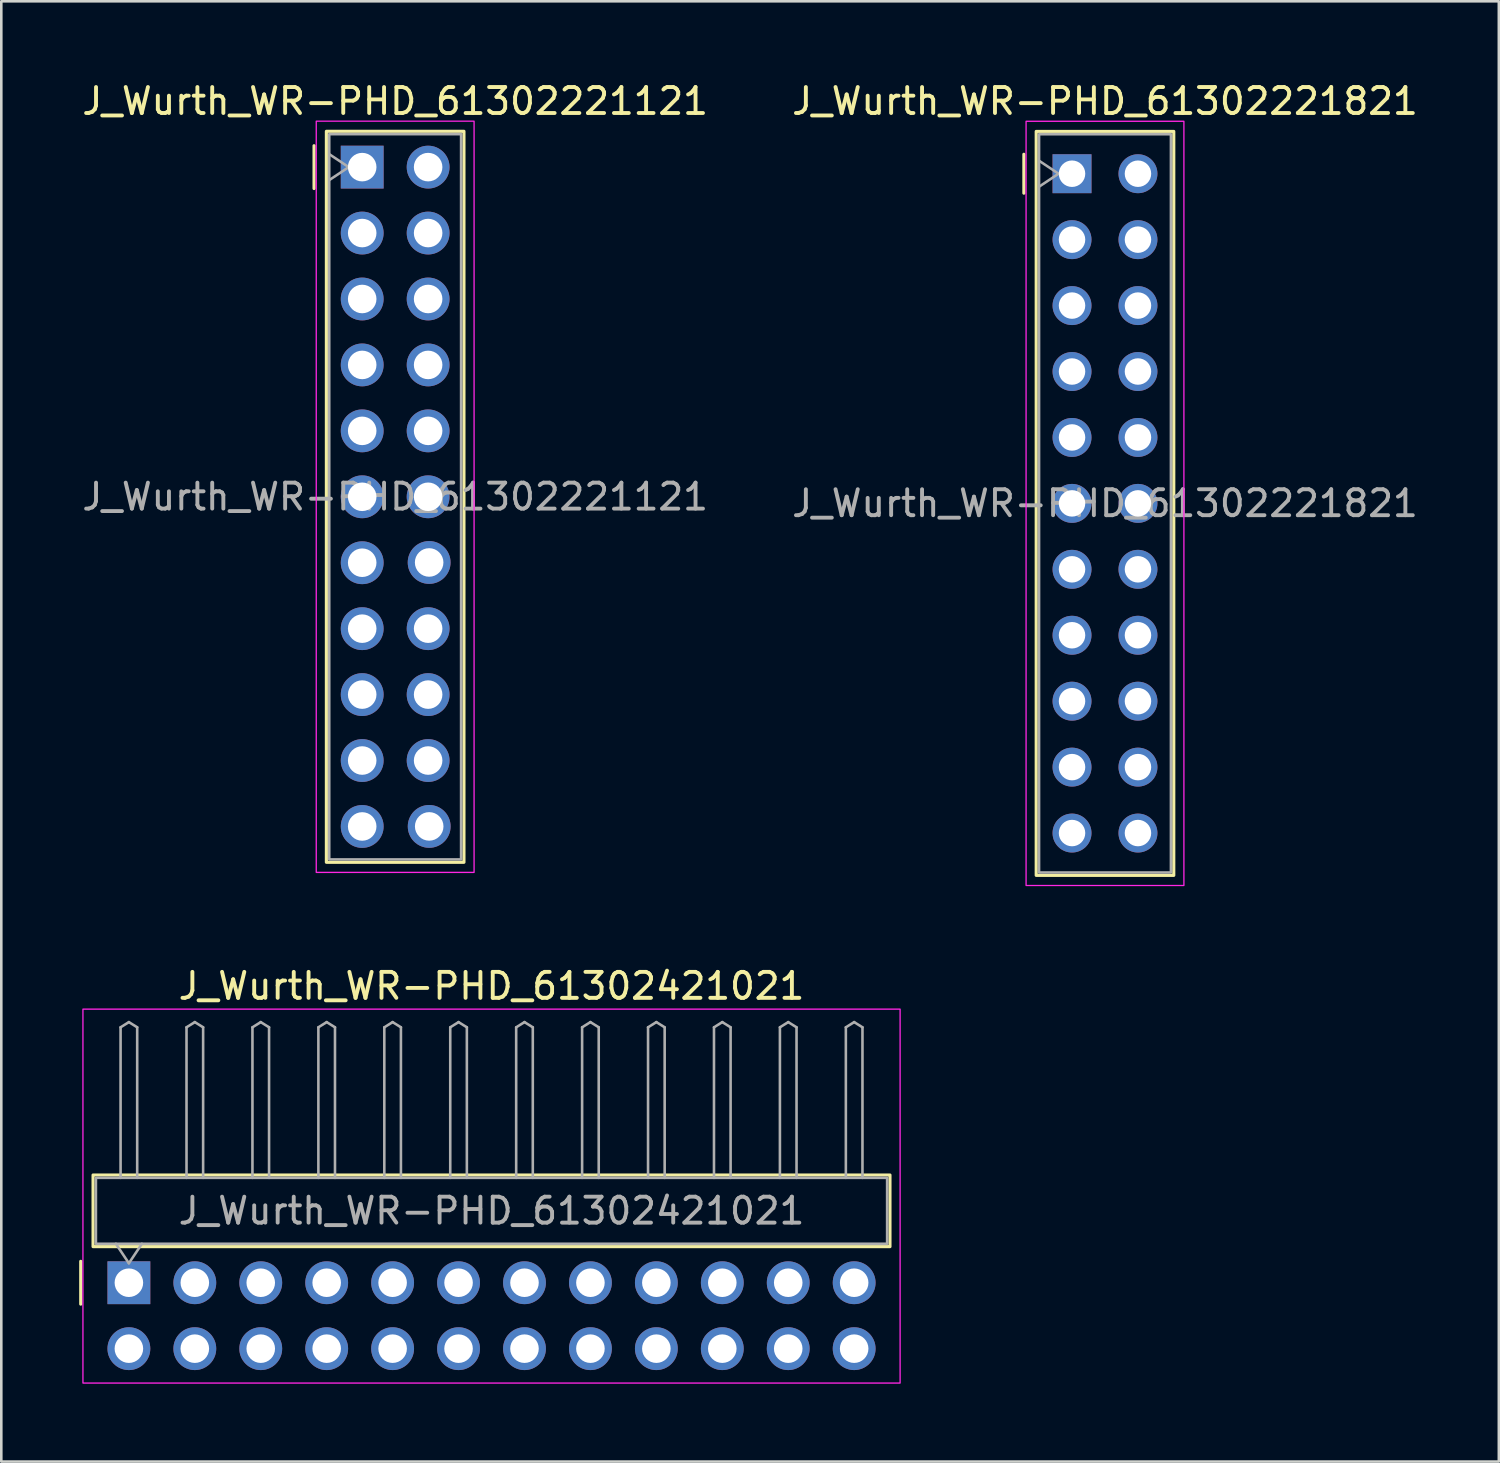
<source format=kicad_pcb>
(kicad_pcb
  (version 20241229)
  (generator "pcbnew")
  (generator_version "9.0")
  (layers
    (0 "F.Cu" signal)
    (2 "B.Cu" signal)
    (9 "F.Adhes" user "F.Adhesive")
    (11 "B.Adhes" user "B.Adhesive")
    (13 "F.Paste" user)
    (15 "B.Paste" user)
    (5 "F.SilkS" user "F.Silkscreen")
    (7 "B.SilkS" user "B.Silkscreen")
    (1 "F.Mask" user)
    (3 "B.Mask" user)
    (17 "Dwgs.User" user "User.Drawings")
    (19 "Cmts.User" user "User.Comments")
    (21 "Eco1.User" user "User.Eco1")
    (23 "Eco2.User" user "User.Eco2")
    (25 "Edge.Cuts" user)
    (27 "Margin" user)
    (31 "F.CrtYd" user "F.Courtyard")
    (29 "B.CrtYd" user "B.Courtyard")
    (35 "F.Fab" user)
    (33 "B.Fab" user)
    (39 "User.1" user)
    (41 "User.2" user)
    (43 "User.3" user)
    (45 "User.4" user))
  (footprint "J_Wurth_WR-PHD_61302421021"
    (layer "F.Cu")
    (at 1.915 46.365)
    (property "Reference" "J_Wurth_WR-PHD_61302421021" (at 13.97 -11.43 0) (unlocked yes) (layer "F.SilkS") (effects (font (size 1 1) (thickness 0.15))))
    (attr through_hole)
    (fp_line (start -1.855 -0.825) (end -1.855 0.825) (stroke (width 0.12) (type solid)) (layer "F.SilkS"))
    (fp_rect (start -1.38 -4.15) (end 29.32 -1.39) (stroke (width 0.12) (type solid)) (fill no) (layer "F.SilkS"))
    (fp_rect (start -1.77 -10.54) (end 29.71 3.865) (stroke (width 0.05) (type solid)) (fill no) (layer "F.CrtYd"))
    (fp_line (start -0.32 -9.84) (end -0.32 -4.04) (stroke (width 0.1) (type solid)) (layer "F.Fab"))
    (fp_line (start 0 -10.04) (end -0.32 -9.84) (stroke (width 0.1) (type solid)) (layer "F.Fab"))
    (fp_line (start 0 -0.75) (end -0.5 -1.5) (stroke (width 0.1) (type solid)) (layer "F.Fab"))
    (fp_line (start 0 -0.75) (end 0.5 -1.5) (stroke (width 0.1) (type solid)) (layer "F.Fab"))
    (fp_line (start 0.32 -9.84) (end 0 -10.04) (stroke (width 0.1) (type default)) (layer "F.Fab"))
    (fp_line (start 0.32 -4.04) (end 0.32 -9.84) (stroke (width 0.1) (type solid)) (layer "F.Fab"))
    (fp_line (start 2.22 -9.84) (end 2.22 -4.04) (stroke (width 0.1) (type solid)) (layer "F.Fab"))
    (fp_line (start 2.54 -10.04) (end 2.22 -9.84) (stroke (width 0.1) (type solid)) (layer "F.Fab"))
    (fp_line (start 2.86 -9.84) (end 2.54 -10.04) (stroke (width 0.1) (type default)) (layer "F.Fab"))
    (fp_line (start 2.86 -4.04) (end 2.86 -9.84) (stroke (width 0.1) (type solid)) (layer "F.Fab"))
    (fp_line (start 4.76 -9.84) (end 4.76 -4.04) (stroke (width 0.1) (type solid)) (layer "F.Fab"))
    (fp_line (start 5.08 -10.04) (end 4.76 -9.84) (stroke (width 0.1) (type solid)) (layer "F.Fab"))
    (fp_line (start 5.4 -9.84) (end 5.08 -10.04) (stroke (width 0.1) (type default)) (layer "F.Fab"))
    (fp_line (start 5.4 -4.04) (end 5.4 -9.84) (stroke (width 0.1) (type solid)) (layer "F.Fab"))
    (fp_line (start 7.3 -9.84) (end 7.3 -4.04) (stroke (width 0.1) (type solid)) (layer "F.Fab"))
    (fp_line (start 7.62 -10.04) (end 7.3 -9.84) (stroke (width 0.1) (type solid)) (layer "F.Fab"))
    (fp_line (start 7.94 -9.84) (end 7.62 -10.04) (stroke (width 0.1) (type default)) (layer "F.Fab"))
    (fp_line (start 7.94 -4.04) (end 7.94 -9.84) (stroke (width 0.1) (type solid)) (layer "F.Fab"))
    (fp_line (start 9.84 -9.84) (end 9.84 -4.04) (stroke (width 0.1) (type solid)) (layer "F.Fab"))
    (fp_line (start 10.16 -10.04) (end 9.84 -9.84) (stroke (width 0.1) (type solid)) (layer "F.Fab"))
    (fp_line (start 10.48 -9.84) (end 10.16 -10.04) (stroke (width 0.1) (type solid)) (layer "F.Fab"))
    (fp_line (start 10.48 -4.04) (end 10.48 -9.84) (stroke (width 0.1) (type solid)) (layer "F.Fab"))
    (fp_line (start 12.38 -9.84) (end 12.38 -4.04) (stroke (width 0.1) (type solid)) (layer "F.Fab"))
    (fp_line (start 12.7 -10.04) (end 12.38 -9.84) (stroke (width 0.1) (type solid)) (layer "F.Fab"))
    (fp_line (start 13.02 -9.84) (end 12.7 -10.04) (stroke (width 0.1) (type solid)) (layer "F.Fab"))
    (fp_line (start 13.02 -4.04) (end 13.02 -9.84) (stroke (width 0.1) (type solid)) (layer "F.Fab"))
    (fp_line (start 14.92 -9.84) (end 14.92 -4.04) (stroke (width 0.1) (type solid)) (layer "F.Fab"))
    (fp_line (start 15.24 -10.04) (end 14.92 -9.84) (stroke (width 0.1) (type solid)) (layer "F.Fab"))
    (fp_line (start 15.56 -9.84) (end 15.24 -10.04) (stroke (width 0.1) (type solid)) (layer "F.Fab"))
    (fp_line (start 15.56 -4.04) (end 15.56 -9.84) (stroke (width 0.1) (type solid)) (layer "F.Fab"))
    (fp_line (start 17.46 -9.84) (end 17.46 -4.04) (stroke (width 0.1) (type solid)) (layer "F.Fab"))
    (fp_line (start 17.78 -10.04) (end 17.46 -9.84) (stroke (width 0.1) (type solid)) (layer "F.Fab"))
    (fp_line (start 17.78 -10.04) (end 18.1 -9.84) (stroke (width 0.1) (type solid)) (layer "F.Fab"))
    (fp_line (start 18.1 -4.04) (end 18.1 -9.84) (stroke (width 0.1) (type solid)) (layer "F.Fab"))
    (fp_line (start 20 -9.84) (end 20 -4.04) (stroke (width 0.1) (type solid)) (layer "F.Fab"))
    (fp_line (start 20.32 -10.04) (end 20 -9.84) (stroke (width 0.1) (type solid)) (layer "F.Fab"))
    (fp_line (start 20.32 -10.04) (end 20.64 -9.84) (stroke (width 0.1) (type solid)) (layer "F.Fab"))
    (fp_line (start 20.64 -4.04) (end 20.64 -9.84) (stroke (width 0.1) (type solid)) (layer "F.Fab"))
    (fp_line (start 22.54 -9.84) (end 22.54 -4.04) (stroke (width 0.1) (type solid)) (layer "F.Fab"))
    (fp_line (start 22.86 -10.04) (end 22.54 -9.84) (stroke (width 0.1) (type solid)) (layer "F.Fab"))
    (fp_line (start 22.86 -10.04) (end 23.18 -9.84) (stroke (width 0.1) (type solid)) (layer "F.Fab"))
    (fp_line (start 23.18 -4.04) (end 23.18 -9.84) (stroke (width 0.1) (type solid)) (layer "F.Fab"))
    (fp_line (start 25.08 -9.84) (end 25.08 -4.04) (stroke (width 0.1) (type solid)) (layer "F.Fab"))
    (fp_line (start 25.4 -10.04) (end 25.08 -9.84) (stroke (width 0.1) (type solid)) (layer "F.Fab"))
    (fp_line (start 25.4 -10.04) (end 25.72 -9.84) (stroke (width 0.1) (type solid)) (layer "F.Fab"))
    (fp_line (start 25.72 -4.04) (end 25.72 -9.84) (stroke (width 0.1) (type solid)) (layer "F.Fab"))
    (fp_line (start 27.62 -9.84) (end 27.62 -4.04) (stroke (width 0.1) (type solid)) (layer "F.Fab"))
    (fp_line (start 27.94 -10.04) (end 27.62 -9.84) (stroke (width 0.1) (type solid)) (layer "F.Fab"))
    (fp_line (start 27.94 -10.04) (end 28.26 -9.84) (stroke (width 0.1) (type solid)) (layer "F.Fab"))
    (fp_line (start 28.26 -4.04) (end 28.26 -9.84) (stroke (width 0.1) (type solid)) (layer "F.Fab"))
    (fp_rect (start -1.27 -4.04) (end 29.21 -1.5) (stroke (width 0.1) (type solid)) (fill no) (layer "F.Fab"))
    (fp_text user "${REFERENCE}" (at 13.97 -2.77 0) (unlocked yes) (layer "F.Fab") (effects (font (size 1 1) (thickness 0.15))))
    (pad "1" thru_hole rect (at 0 0 180) (size 1.65 1.65) (drill 1.1) (layers "*.Cu" "*.Mask"))
    (pad "2" thru_hole circle (at 0 2.54 180) (size 1.65 1.65) (drill 1.1) (layers "*.Cu" "*.Mask"))
    (pad "3" thru_hole circle (at 2.54 0 180) (size 1.65 1.65) (drill 1.1) (layers "*.Cu" "*.Mask"))
    (pad "4" thru_hole circle (at 2.54 2.54 180) (size 1.65 1.65) (drill 1.1) (layers "*.Cu" "*.Mask"))
    (pad "5" thru_hole circle (at 5.08 0 180) (size 1.65 1.65) (drill 1.1) (layers "*.Cu" "*.Mask"))
    (pad "6" thru_hole circle (at 5.08 2.54 180) (size 1.65 1.65) (drill 1.1) (layers "*.Cu" "*.Mask"))
    (pad "7" thru_hole circle (at 7.62 0 180) (size 1.65 1.65) (drill 1.1) (layers "*.Cu" "*.Mask"))
    (pad "8" thru_hole circle (at 7.62 2.54 180) (size 1.65 1.65) (drill 1.1) (layers "*.Cu" "*.Mask"))
    (pad "9" thru_hole circle (at 10.16 0 180) (size 1.65 1.65) (drill 1.1) (layers "*.Cu" "*.Mask"))
    (pad "10" thru_hole circle (at 10.16 2.54 180) (size 1.65 1.65) (drill 1.1) (layers "*.Cu" "*.Mask"))
    (pad "11" thru_hole circle (at 12.7 0 180) (size 1.65 1.65) (drill 1.1) (layers "*.Cu" "*.Mask"))
    (pad "12" thru_hole circle (at 12.7 2.54 180) (size 1.65 1.65) (drill 1.1) (layers "*.Cu" "*.Mask"))
    (pad "13" thru_hole circle (at 15.24 0 180) (size 1.65 1.65) (drill 1.1) (layers "*.Cu" "*.Mask"))
    (pad "14" thru_hole circle (at 15.24 2.54 180) (size 1.65 1.65) (drill 1.1) (layers "*.Cu" "*.Mask"))
    (pad "15" thru_hole circle (at 17.78 0 180) (size 1.65 1.65) (drill 1.1) (layers "*.Cu" "*.Mask"))
    (pad "16" thru_hole circle (at 17.78 2.54 180) (size 1.65 1.65) (drill 1.1) (layers "*.Cu" "*.Mask"))
    (pad "17" thru_hole circle (at 20.32 0 180) (size 1.65 1.65) (drill 1.1) (layers "*.Cu" "*.Mask"))
    (pad "18" thru_hole circle (at 20.32 2.54 180) (size 1.65 1.65) (drill 1.1) (layers "*.Cu" "*.Mask"))
    (pad "19" thru_hole circle (at 22.86 0 180) (size 1.65 1.65) (drill 1.1) (layers "*.Cu" "*.Mask"))
    (pad "20" thru_hole circle (at 22.86 2.54 180) (size 1.65 1.65) (drill 1.1) (layers "*.Cu" "*.Mask"))
    (pad "21" thru_hole circle (at 25.4 0 180) (size 1.65 1.65) (drill 1.1) (layers "*.Cu" "*.Mask"))
    (pad "22" thru_hole circle (at 25.4 2.54 180) (size 1.65 1.65) (drill 1.1) (layers "*.Cu" "*.Mask"))
    (pad "23" thru_hole circle (at 27.94 0 180) (size 1.65 1.65) (drill 1.1) (layers "*.Cu" "*.Mask"))
    (pad "24" thru_hole circle (at 27.94 2.54 180) (size 1.65 1.65) (drill 1.1) (layers "*.Cu" "*.Mask")))
  (footprint "J_Wurth_WR-PHD_61302221821"
    (layer "F.Cu")
    (at 38.248 3.642)
    (property "Reference" "J_Wurth_WR-PHD_61302221821" (at 1.27 -2.794 0) (unlocked yes) (layer "F.SilkS") (effects (font (size 1 1) (thickness 0.15))))
    (attr through_hole)
    (fp_line (start -1.855 -0.75) (end -1.855 0.75) (stroke (width 0.12) (type solid)) (layer "F.SilkS"))
    (fp_rect (start -1.38 -1.63) (end 3.92 27.03) (stroke (width 0.12) (type solid)) (fill no) (layer "F.SilkS"))
    (fp_rect (start -1.77 -2.02) (end 4.31 27.42) (stroke (width 0.05) (type solid)) (fill no) (layer "F.CrtYd"))
    (fp_line (start -1.27 -0.5) (end -0.52 0) (stroke (width 0.1) (type solid)) (layer "F.Fab"))
    (fp_line (start -0.52 0) (end -1.27 0.5) (stroke (width 0.1) (type solid)) (layer "F.Fab"))
    (fp_rect (start -1.27 -1.52) (end 3.81 26.92) (stroke (width 0.1) (type solid)) (fill no) (layer "F.Fab"))
    (fp_text user "${REFERENCE}" (at 1.27 12.7 0) (unlocked yes) (layer "F.Fab") (effects (font (size 1 1) (thickness 0.15))))
    (pad "1" thru_hole rect (at 0 0) (size 1.5 1.5) (drill 1.02) (layers "*.Cu" "*.Mask"))
    (pad "2" thru_hole circle (at 2.54 0) (size 1.5 1.5) (drill 1.02) (layers "*.Cu" "*.Mask"))
    (pad "3" thru_hole circle (at 0 2.54) (size 1.5 1.5) (drill 1.02) (layers "*.Cu" "*.Mask"))
    (pad "4" thru_hole circle (at 2.54 2.54) (size 1.5 1.5) (drill 1.02) (layers "*.Cu" "*.Mask"))
    (pad "5" thru_hole circle (at 0 5.08) (size 1.5 1.5) (drill 1.02) (layers "*.Cu" "*.Mask"))
    (pad "6" thru_hole circle (at 2.54 5.08) (size 1.5 1.5) (drill 1.02) (layers "*.Cu" "*.Mask"))
    (pad "7" thru_hole circle (at 0 7.62) (size 1.5 1.5) (drill 1.02) (layers "*.Cu" "*.Mask"))
    (pad "8" thru_hole circle (at 2.54 7.62) (size 1.5 1.5) (drill 1.02) (layers "*.Cu" "*.Mask"))
    (pad "9" thru_hole circle (at 0 10.16) (size 1.5 1.5) (drill 1.02) (layers "*.Cu" "*.Mask"))
    (pad "10" thru_hole circle (at 2.54 10.16) (size 1.5 1.5) (drill 1.02) (layers "*.Cu" "*.Mask"))
    (pad "11" thru_hole circle (at 0 12.7) (size 1.5 1.5) (drill 1.02) (layers "*.Cu" "*.Mask"))
    (pad "12" thru_hole circle (at 2.54 12.7) (size 1.5 1.5) (drill 1.02) (layers "*.Cu" "*.Mask"))
    (pad "13" thru_hole circle (at 0 15.24) (size 1.5 1.5) (drill 1.02) (layers "*.Cu" "*.Mask"))
    (pad "14" thru_hole circle (at 2.54 15.24) (size 1.5 1.5) (drill 1.02) (layers "*.Cu" "*.Mask"))
    (pad "15" thru_hole circle (at 0 17.78) (size 1.5 1.5) (drill 1.02) (layers "*.Cu" "*.Mask"))
    (pad "16" thru_hole circle (at 2.54 17.78) (size 1.5 1.5) (drill 1.02) (layers "*.Cu" "*.Mask"))
    (pad "17" thru_hole circle (at 0 20.32) (size 1.5 1.5) (drill 1.02) (layers "*.Cu" "*.Mask"))
    (pad "18" thru_hole circle (at 2.54 20.32) (size 1.5 1.5) (drill 1.02) (layers "*.Cu" "*.Mask"))
    (pad "19" thru_hole circle (at 0 22.86) (size 1.5 1.5) (drill 1.02) (layers "*.Cu" "*.Mask"))
    (pad "20" thru_hole circle (at 2.54 22.86) (size 1.5 1.5) (drill 1.02) (layers "*.Cu" "*.Mask"))
    (pad "21" thru_hole circle (at 0 25.4) (size 1.5 1.5) (drill 1.02) (layers "*.Cu" "*.Mask"))
    (pad "22" thru_hole circle (at 2.54 25.4) (size 1.5 1.5) (drill 1.02) (layers "*.Cu" "*.Mask")))
  (footprint "J_Wurth_WR-PHD_61302221121"
    (layer "F.Cu")
    (at 10.903 3.388)
    (property "Reference" "J_Wurth_WR-PHD_61302221121" (at 1.27 -2.54 0) (unlocked yes) (layer "F.SilkS") (effects (font (size 1 1) (thickness 0.15))))
    (attr through_hole)
    (fp_line (start -1.855 -0.825) (end -1.855 0.825) (stroke (width 0.12) (type solid)) (layer "F.SilkS"))
    (fp_rect (start -1.38 -1.38) (end 3.92 26.78) (stroke (width 0.12) (type solid)) (fill no) (layer "F.SilkS"))
    (fp_rect (start -1.77 -1.77) (end 4.31 27.17) (stroke (width 0.05) (type solid)) (fill no) (layer "F.CrtYd"))
    (fp_line (start -1.27 -0.5) (end -0.52 0) (stroke (width 0.1) (type solid)) (layer "F.Fab"))
    (fp_line (start -0.52 0) (end -1.27 0.5) (stroke (width 0.1) (type solid)) (layer "F.Fab"))
    (fp_rect (start -1.27 -1.27) (end 3.81 26.67) (stroke (width 0.1) (type solid)) (fill no) (layer "F.Fab"))
    (fp_text user "${REFERENCE}" (at 1.27 12.7 0) (unlocked yes) (layer "F.Fab") (effects (font (size 1 1) (thickness 0.15))))
    (pad "1" thru_hole rect (at 0 0 270) (size 1.65 1.65) (drill 1.1) (layers "*.Cu" "*.Mask"))
    (pad "2" thru_hole circle (at 2.54 0 270) (size 1.65 1.65) (drill 1.1) (layers "*.Cu" "*.Mask"))
    (pad "3" thru_hole circle (at 0 2.54 270) (size 1.65 1.65) (drill 1.1) (layers "*.Cu" "*.Mask"))
    (pad "4" thru_hole circle (at 2.54 2.54 270) (size 1.65 1.65) (drill 1.1) (layers "*.Cu" "*.Mask"))
    (pad "5" thru_hole circle (at 0 5.08 270) (size 1.65 1.65) (drill 1.1) (layers "*.Cu" "*.Mask"))
    (pad "6" thru_hole circle (at 2.54 5.08 270) (size 1.65 1.65) (drill 1.1) (layers "*.Cu" "*.Mask"))
    (pad "7" thru_hole circle (at 0 7.62 270) (size 1.65 1.65) (drill 1.1) (layers "*.Cu" "*.Mask"))
    (pad "8" thru_hole circle (at 2.54 7.62 270) (size 1.65 1.65) (drill 1.1) (layers "*.Cu" "*.Mask"))
    (pad "9" thru_hole circle (at 0 10.16 270) (size 1.65 1.65) (drill 1.1) (layers "*.Cu" "*.Mask"))
    (pad "10" thru_hole circle (at 2.54 10.16 270) (size 1.65 1.65) (drill 1.1) (layers "*.Cu" "*.Mask"))
    (pad "11" thru_hole circle (at 0 12.7 270) (size 1.65 1.65) (drill 1.1) (layers "*.Cu" "*.Mask"))
    (pad "12" thru_hole circle (at 2.54 12.7 270) (size 1.65 1.65) (drill 1.1) (layers "*.Cu" "*.Mask"))
    (pad "13" thru_hole circle (at 0 15.24 270) (size 1.65 1.65) (drill 1.1) (layers "*.Cu" "*.Mask"))
    (pad "14" thru_hole circle (at 2.579 15.23 270) (size 1.65 1.65) (drill 1.1) (layers "*.Cu" "*.Mask"))
    (pad "15" thru_hole circle (at 0 17.78 270) (size 1.65 1.65) (drill 1.1) (layers "*.Cu" "*.Mask"))
    (pad "16" thru_hole circle (at 2.54 17.78 270) (size 1.65 1.65) (drill 1.1) (layers "*.Cu" "*.Mask"))
    (pad "17" thru_hole circle (at 0 20.32 270) (size 1.65 1.65) (drill 1.1) (layers "*.Cu" "*.Mask"))
    (pad "18" thru_hole circle (at 2.54 20.32 270) (size 1.65 1.65) (drill 1.1) (layers "*.Cu" "*.Mask"))
    (pad "19" thru_hole circle (at 0 22.86 270) (size 1.65 1.65) (drill 1.1) (layers "*.Cu" "*.Mask"))
    (pad "20" thru_hole circle (at 2.54 22.86 270) (size 1.65 1.65) (drill 1.1) (layers "*.Cu" "*.Mask"))
    (pad "21" thru_hole circle (at 0 25.4 270) (size 1.65 1.65) (drill 1.1) (layers "*.Cu" "*.Mask"))
    (pad "22" thru_hole circle (at 2.581 25.398 270) (size 1.65 1.65) (drill 1.1) (layers "*.Cu" "*.Mask")))
  (gr_rect
    (start -3 -3)
    (end 54.69 53.255)
    (stroke (width 0.1) (type default))
    (fill no)
    (layer "Edge.Cuts")))
</source>
